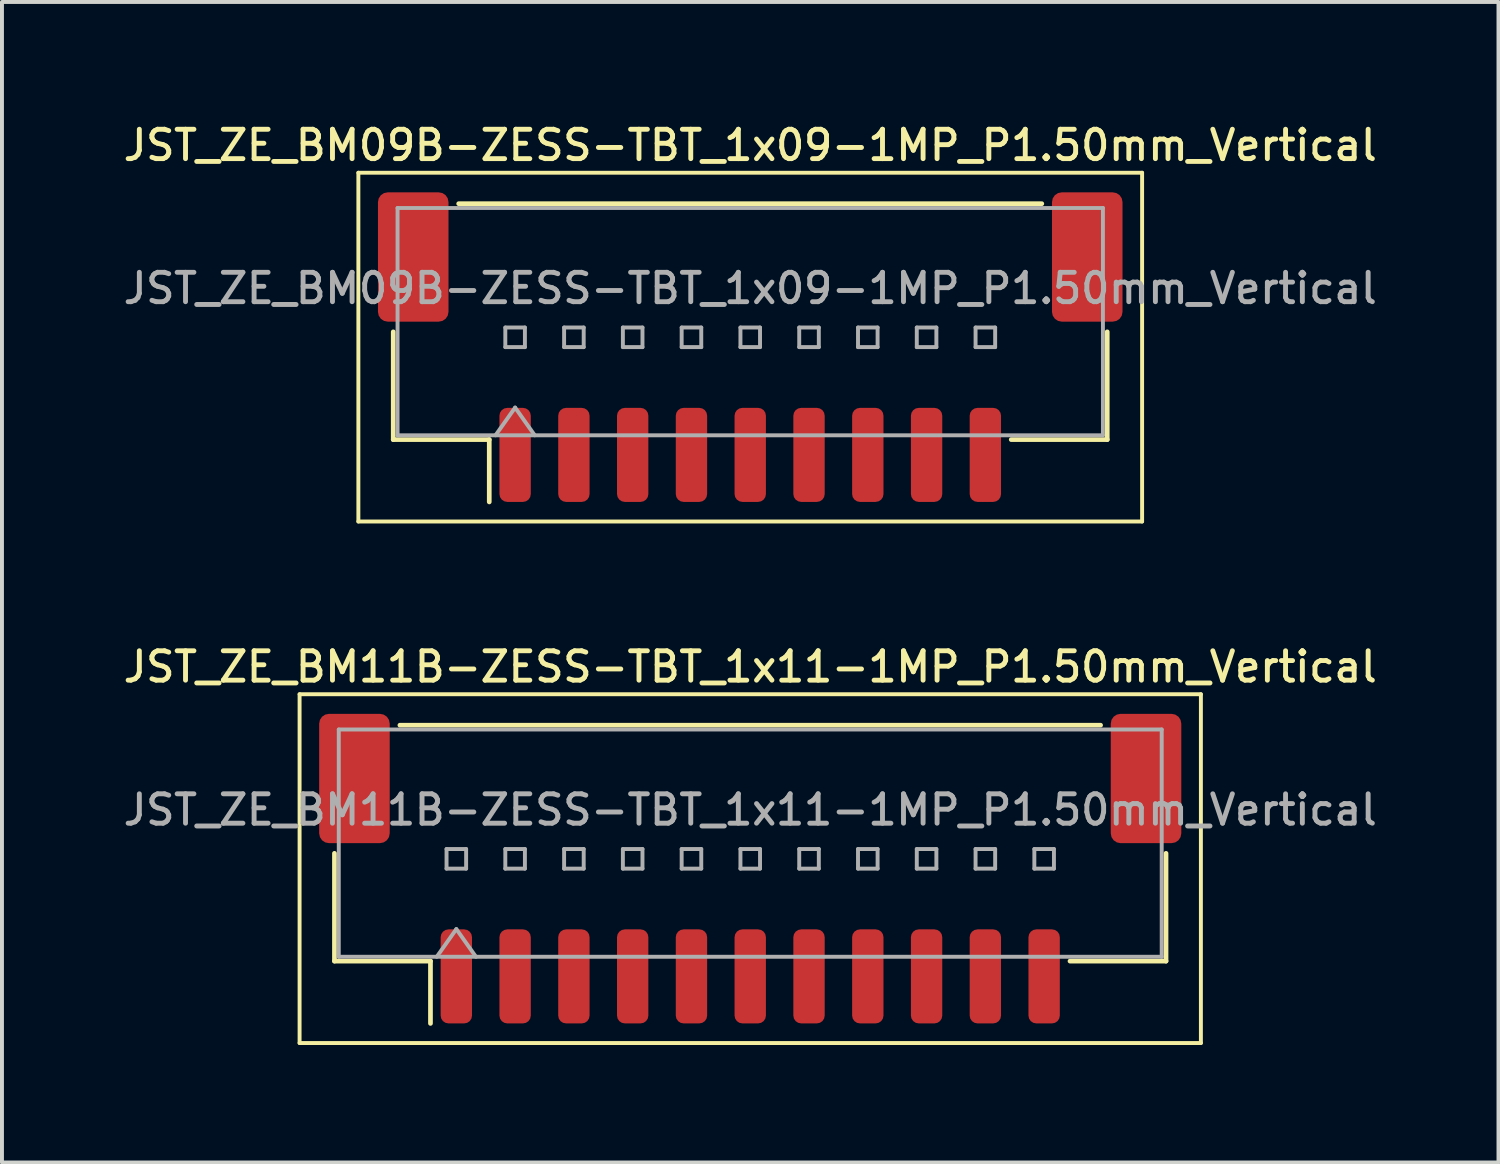
<source format=kicad_pcb>
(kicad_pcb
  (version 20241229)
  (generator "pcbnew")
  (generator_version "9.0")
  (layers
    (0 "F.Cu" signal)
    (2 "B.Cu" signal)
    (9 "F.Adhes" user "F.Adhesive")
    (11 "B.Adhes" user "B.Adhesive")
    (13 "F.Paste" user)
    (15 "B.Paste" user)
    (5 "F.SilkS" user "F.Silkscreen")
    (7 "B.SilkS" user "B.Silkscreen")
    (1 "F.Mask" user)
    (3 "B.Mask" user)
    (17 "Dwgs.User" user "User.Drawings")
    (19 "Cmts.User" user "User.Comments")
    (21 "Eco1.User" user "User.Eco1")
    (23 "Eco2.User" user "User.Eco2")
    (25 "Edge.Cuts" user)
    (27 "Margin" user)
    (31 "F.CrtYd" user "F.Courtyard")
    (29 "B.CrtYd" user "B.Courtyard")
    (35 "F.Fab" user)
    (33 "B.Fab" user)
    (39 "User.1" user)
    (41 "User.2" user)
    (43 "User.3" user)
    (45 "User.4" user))
  (footprint "JST_ZE_BM09B-ZESS-TBT_1x09-1MP_P1.50mm_Vertical"
    (layer "F.Cu")
    (at 16.095 5.808)
    (property "Reference" "JST_ZE_BM09B-ZESS-TBT_1x09-1MP_P1.50mm_Vertical" (at 0 -5.15 0) (layer "F.SilkS") (effects (font (size 0.75 0.75) (thickness 0.125))))
    (attr smd)
    (fp_line (start -10 -4.45) (end -10 4.45) (stroke (width 0.1) (type solid)) (layer "F.SilkS"))
    (fp_line (start -10 4.45) (end 10 4.45) (stroke (width 0.1) (type solid)) (layer "F.SilkS"))
    (fp_line (start -9.11 -0.39) (end -9.11 2.36) (stroke (width 0.12) (type solid)) (layer "F.SilkS"))
    (fp_line (start -9.11 2.36) (end -6.66 2.36) (stroke (width 0.12) (type solid)) (layer "F.SilkS"))
    (fp_line (start -7.44 -3.66) (end 7.44 -3.66) (stroke (width 0.12) (type solid)) (layer "F.SilkS"))
    (fp_line (start -6.66 2.36) (end -6.66 3.95) (stroke (width 0.12) (type solid)) (layer "F.SilkS"))
    (fp_line (start 9.11 -0.39) (end 9.11 2.36) (stroke (width 0.12) (type solid)) (layer "F.SilkS"))
    (fp_line (start 9.11 2.36) (end 6.66 2.36) (stroke (width 0.12) (type solid)) (layer "F.SilkS"))
    (fp_line (start 10 -4.45) (end -10 -4.45) (stroke (width 0.1) (type solid)) (layer "F.SilkS"))
    (fp_line (start 10 4.45) (end 10 -4.45) (stroke (width 0.1) (type solid)) (layer "F.SilkS"))
    (fp_line (start -9 -3.55) (end 9 -3.55) (stroke (width 0.1) (type solid)) (layer "F.Fab"))
    (fp_line (start -9 2.25) (end -9 -3.55) (stroke (width 0.1) (type solid)) (layer "F.Fab"))
    (fp_line (start -9 2.25) (end 9 2.25) (stroke (width 0.1) (type solid)) (layer "F.Fab"))
    (fp_line (start -6.5 2.25) (end -6 1.543) (stroke (width 0.1) (type solid)) (layer "F.Fab"))
    (fp_line (start -6.25 -0.5) (end -6.25 0) (stroke (width 0.1) (type solid)) (layer "F.Fab"))
    (fp_line (start -6.25 0) (end -5.75 0) (stroke (width 0.1) (type solid)) (layer "F.Fab"))
    (fp_line (start -6 1.543) (end -5.5 2.25) (stroke (width 0.1) (type solid)) (layer "F.Fab"))
    (fp_line (start -5.75 -0.5) (end -6.25 -0.5) (stroke (width 0.1) (type solid)) (layer "F.Fab"))
    (fp_line (start -5.75 0) (end -5.75 -0.5) (stroke (width 0.1) (type solid)) (layer "F.Fab"))
    (fp_line (start -4.75 -0.5) (end -4.75 0) (stroke (width 0.1) (type solid)) (layer "F.Fab"))
    (fp_line (start -4.75 0) (end -4.25 0) (stroke (width 0.1) (type solid)) (layer "F.Fab"))
    (fp_line (start -4.25 -0.5) (end -4.75 -0.5) (stroke (width 0.1) (type solid)) (layer "F.Fab"))
    (fp_line (start -4.25 0) (end -4.25 -0.5) (stroke (width 0.1) (type solid)) (layer "F.Fab"))
    (fp_line (start -3.25 -0.5) (end -3.25 0) (stroke (width 0.1) (type solid)) (layer "F.Fab"))
    (fp_line (start -3.25 0) (end -2.75 0) (stroke (width 0.1) (type solid)) (layer "F.Fab"))
    (fp_line (start -2.75 -0.5) (end -3.25 -0.5) (stroke (width 0.1) (type solid)) (layer "F.Fab"))
    (fp_line (start -2.75 0) (end -2.75 -0.5) (stroke (width 0.1) (type solid)) (layer "F.Fab"))
    (fp_line (start -1.75 -0.5) (end -1.75 0) (stroke (width 0.1) (type solid)) (layer "F.Fab"))
    (fp_line (start -1.75 0) (end -1.25 0) (stroke (width 0.1) (type solid)) (layer "F.Fab"))
    (fp_line (start -1.25 -0.5) (end -1.75 -0.5) (stroke (width 0.1) (type solid)) (layer "F.Fab"))
    (fp_line (start -1.25 0) (end -1.25 -0.5) (stroke (width 0.1) (type solid)) (layer "F.Fab"))
    (fp_line (start -0.25 -0.5) (end -0.25 0) (stroke (width 0.1) (type solid)) (layer "F.Fab"))
    (fp_line (start -0.25 0) (end 0.25 0) (stroke (width 0.1) (type solid)) (layer "F.Fab"))
    (fp_line (start 0.25 -0.5) (end -0.25 -0.5) (stroke (width 0.1) (type solid)) (layer "F.Fab"))
    (fp_line (start 0.25 0) (end 0.25 -0.5) (stroke (width 0.1) (type solid)) (layer "F.Fab"))
    (fp_line (start 1.25 -0.5) (end 1.25 0) (stroke (width 0.1) (type solid)) (layer "F.Fab"))
    (fp_line (start 1.25 0) (end 1.75 0) (stroke (width 0.1) (type solid)) (layer "F.Fab"))
    (fp_line (start 1.75 -0.5) (end 1.25 -0.5) (stroke (width 0.1) (type solid)) (layer "F.Fab"))
    (fp_line (start 1.75 0) (end 1.75 -0.5) (stroke (width 0.1) (type solid)) (layer "F.Fab"))
    (fp_line (start 2.75 -0.5) (end 2.75 0) (stroke (width 0.1) (type solid)) (layer "F.Fab"))
    (fp_line (start 2.75 0) (end 3.25 0) (stroke (width 0.1) (type solid)) (layer "F.Fab"))
    (fp_line (start 3.25 -0.5) (end 2.75 -0.5) (stroke (width 0.1) (type solid)) (layer "F.Fab"))
    (fp_line (start 3.25 0) (end 3.25 -0.5) (stroke (width 0.1) (type solid)) (layer "F.Fab"))
    (fp_line (start 4.25 -0.5) (end 4.25 0) (stroke (width 0.1) (type solid)) (layer "F.Fab"))
    (fp_line (start 4.25 0) (end 4.75 0) (stroke (width 0.1) (type solid)) (layer "F.Fab"))
    (fp_line (start 4.75 -0.5) (end 4.25 -0.5) (stroke (width 0.1) (type solid)) (layer "F.Fab"))
    (fp_line (start 4.75 0) (end 4.75 -0.5) (stroke (width 0.1) (type solid)) (layer "F.Fab"))
    (fp_line (start 5.75 -0.5) (end 5.75 0) (stroke (width 0.1) (type solid)) (layer "F.Fab"))
    (fp_line (start 5.75 0) (end 6.25 0) (stroke (width 0.1) (type solid)) (layer "F.Fab"))
    (fp_line (start 6.25 -0.5) (end 5.75 -0.5) (stroke (width 0.1) (type solid)) (layer "F.Fab"))
    (fp_line (start 6.25 0) (end 6.25 -0.5) (stroke (width 0.1) (type solid)) (layer "F.Fab"))
    (fp_line (start 9 2.25) (end 9 -3.55) (stroke (width 0.1) (type solid)) (layer "F.Fab"))
    (fp_text user "${REFERENCE}" (at 0 -1.5 0) (layer "F.Fab") (effects (font (size 0.75 0.75) (thickness 0.125))))
    (pad "1" smd roundrect (at -6 2.75) (size 0.8 2.4) (layers "F.Cu" "F.Mask" "F.Paste") (roundrect_rratio 0.25))
    (pad "2" smd roundrect (at -4.5 2.75) (size 0.8 2.4) (layers "F.Cu" "F.Mask" "F.Paste") (roundrect_rratio 0.25))
    (pad "3" smd roundrect (at -3 2.75) (size 0.8 2.4) (layers "F.Cu" "F.Mask" "F.Paste") (roundrect_rratio 0.25))
    (pad "4" smd roundrect (at -1.5 2.75) (size 0.8 2.4) (layers "F.Cu" "F.Mask" "F.Paste") (roundrect_rratio 0.25))
    (pad "5" smd roundrect (at 0 2.75) (size 0.8 2.4) (layers "F.Cu" "F.Mask" "F.Paste") (roundrect_rratio 0.25))
    (pad "6" smd roundrect (at 1.5 2.75) (size 0.8 2.4) (layers "F.Cu" "F.Mask" "F.Paste") (roundrect_rratio 0.25))
    (pad "7" smd roundrect (at 3 2.75) (size 0.8 2.4) (layers "F.Cu" "F.Mask" "F.Paste") (roundrect_rratio 0.25))
    (pad "8" smd roundrect (at 4.5 2.75) (size 0.8 2.4) (layers "F.Cu" "F.Mask" "F.Paste") (roundrect_rratio 0.25))
    (pad "9" smd roundrect (at 6 2.75) (size 0.8 2.4) (layers "F.Cu" "F.Mask" "F.Paste") (roundrect_rratio 0.25))
    (pad "MP" smd roundrect (at -8.6 -2.3) (size 1.8 3.3) (layers "F.Cu" "F.Mask" "F.Paste") (roundrect_rratio 0.139))
    (pad "MP" smd roundrect (at 8.6 -2.3) (size 1.8 3.3) (layers "F.Cu" "F.Mask" "F.Paste") (roundrect_rratio 0.139)))
  (footprint "JST_ZE_BM11B-ZESS-TBT_1x11-1MP_P1.50mm_Vertical"
    (layer "F.Cu")
    (at 16.095 19.116)
    (property "Reference" "JST_ZE_BM11B-ZESS-TBT_1x11-1MP_P1.50mm_Vertical" (at 0 -5.15 0) (layer "F.SilkS") (effects (font (size 0.75 0.75) (thickness 0.125))))
    (attr smd)
    (fp_line (start -11.5 -4.45) (end -11.5 4.45) (stroke (width 0.1) (type solid)) (layer "F.SilkS"))
    (fp_line (start -11.5 4.45) (end 11.5 4.45) (stroke (width 0.1) (type solid)) (layer "F.SilkS"))
    (fp_line (start -10.61 -0.39) (end -10.61 2.36) (stroke (width 0.12) (type solid)) (layer "F.SilkS"))
    (fp_line (start -10.61 2.36) (end -8.16 2.36) (stroke (width 0.12) (type solid)) (layer "F.SilkS"))
    (fp_line (start -8.94 -3.66) (end 8.94 -3.66) (stroke (width 0.12) (type solid)) (layer "F.SilkS"))
    (fp_line (start -8.16 2.36) (end -8.16 3.95) (stroke (width 0.12) (type solid)) (layer "F.SilkS"))
    (fp_line (start 10.61 -0.39) (end 10.61 2.36) (stroke (width 0.12) (type solid)) (layer "F.SilkS"))
    (fp_line (start 10.61 2.36) (end 8.16 2.36) (stroke (width 0.12) (type solid)) (layer "F.SilkS"))
    (fp_line (start 11.5 -4.45) (end -11.5 -4.45) (stroke (width 0.1) (type solid)) (layer "F.SilkS"))
    (fp_line (start 11.5 4.45) (end 11.5 -4.45) (stroke (width 0.1) (type solid)) (layer "F.SilkS"))
    (fp_line (start -10.5 -3.55) (end 10.5 -3.55) (stroke (width 0.1) (type solid)) (layer "F.Fab"))
    (fp_line (start -10.5 2.25) (end -10.5 -3.55) (stroke (width 0.1) (type solid)) (layer "F.Fab"))
    (fp_line (start -10.5 2.25) (end 10.5 2.25) (stroke (width 0.1) (type solid)) (layer "F.Fab"))
    (fp_line (start -8 2.25) (end -7.5 1.543) (stroke (width 0.1) (type solid)) (layer "F.Fab"))
    (fp_line (start -7.75 -0.5) (end -7.75 0) (stroke (width 0.1) (type solid)) (layer "F.Fab"))
    (fp_line (start -7.75 0) (end -7.25 0) (stroke (width 0.1) (type solid)) (layer "F.Fab"))
    (fp_line (start -7.5 1.543) (end -7 2.25) (stroke (width 0.1) (type solid)) (layer "F.Fab"))
    (fp_line (start -7.25 -0.5) (end -7.75 -0.5) (stroke (width 0.1) (type solid)) (layer "F.Fab"))
    (fp_line (start -7.25 0) (end -7.25 -0.5) (stroke (width 0.1) (type solid)) (layer "F.Fab"))
    (fp_line (start -6.25 -0.5) (end -6.25 0) (stroke (width 0.1) (type solid)) (layer "F.Fab"))
    (fp_line (start -6.25 0) (end -5.75 0) (stroke (width 0.1) (type solid)) (layer "F.Fab"))
    (fp_line (start -5.75 -0.5) (end -6.25 -0.5) (stroke (width 0.1) (type solid)) (layer "F.Fab"))
    (fp_line (start -5.75 0) (end -5.75 -0.5) (stroke (width 0.1) (type solid)) (layer "F.Fab"))
    (fp_line (start -4.75 -0.5) (end -4.75 0) (stroke (width 0.1) (type solid)) (layer "F.Fab"))
    (fp_line (start -4.75 0) (end -4.25 0) (stroke (width 0.1) (type solid)) (layer "F.Fab"))
    (fp_line (start -4.25 -0.5) (end -4.75 -0.5) (stroke (width 0.1) (type solid)) (layer "F.Fab"))
    (fp_line (start -4.25 0) (end -4.25 -0.5) (stroke (width 0.1) (type solid)) (layer "F.Fab"))
    (fp_line (start -3.25 -0.5) (end -3.25 0) (stroke (width 0.1) (type solid)) (layer "F.Fab"))
    (fp_line (start -3.25 0) (end -2.75 0) (stroke (width 0.1) (type solid)) (layer "F.Fab"))
    (fp_line (start -2.75 -0.5) (end -3.25 -0.5) (stroke (width 0.1) (type solid)) (layer "F.Fab"))
    (fp_line (start -2.75 0) (end -2.75 -0.5) (stroke (width 0.1) (type solid)) (layer "F.Fab"))
    (fp_line (start -1.75 -0.5) (end -1.75 0) (stroke (width 0.1) (type solid)) (layer "F.Fab"))
    (fp_line (start -1.75 0) (end -1.25 0) (stroke (width 0.1) (type solid)) (layer "F.Fab"))
    (fp_line (start -1.25 -0.5) (end -1.75 -0.5) (stroke (width 0.1) (type solid)) (layer "F.Fab"))
    (fp_line (start -1.25 0) (end -1.25 -0.5) (stroke (width 0.1) (type solid)) (layer "F.Fab"))
    (fp_line (start -0.25 -0.5) (end -0.25 0) (stroke (width 0.1) (type solid)) (layer "F.Fab"))
    (fp_line (start -0.25 0) (end 0.25 0) (stroke (width 0.1) (type solid)) (layer "F.Fab"))
    (fp_line (start 0.25 -0.5) (end -0.25 -0.5) (stroke (width 0.1) (type solid)) (layer "F.Fab"))
    (fp_line (start 0.25 0) (end 0.25 -0.5) (stroke (width 0.1) (type solid)) (layer "F.Fab"))
    (fp_line (start 1.25 -0.5) (end 1.25 0) (stroke (width 0.1) (type solid)) (layer "F.Fab"))
    (fp_line (start 1.25 0) (end 1.75 0) (stroke (width 0.1) (type solid)) (layer "F.Fab"))
    (fp_line (start 1.75 -0.5) (end 1.25 -0.5) (stroke (width 0.1) (type solid)) (layer "F.Fab"))
    (fp_line (start 1.75 0) (end 1.75 -0.5) (stroke (width 0.1) (type solid)) (layer "F.Fab"))
    (fp_line (start 2.75 -0.5) (end 2.75 0) (stroke (width 0.1) (type solid)) (layer "F.Fab"))
    (fp_line (start 2.75 0) (end 3.25 0) (stroke (width 0.1) (type solid)) (layer "F.Fab"))
    (fp_line (start 3.25 -0.5) (end 2.75 -0.5) (stroke (width 0.1) (type solid)) (layer "F.Fab"))
    (fp_line (start 3.25 0) (end 3.25 -0.5) (stroke (width 0.1) (type solid)) (layer "F.Fab"))
    (fp_line (start 4.25 -0.5) (end 4.25 0) (stroke (width 0.1) (type solid)) (layer "F.Fab"))
    (fp_line (start 4.25 0) (end 4.75 0) (stroke (width 0.1) (type solid)) (layer "F.Fab"))
    (fp_line (start 4.75 -0.5) (end 4.25 -0.5) (stroke (width 0.1) (type solid)) (layer "F.Fab"))
    (fp_line (start 4.75 0) (end 4.75 -0.5) (stroke (width 0.1) (type solid)) (layer "F.Fab"))
    (fp_line (start 5.75 -0.5) (end 5.75 0) (stroke (width 0.1) (type solid)) (layer "F.Fab"))
    (fp_line (start 5.75 0) (end 6.25 0) (stroke (width 0.1) (type solid)) (layer "F.Fab"))
    (fp_line (start 6.25 -0.5) (end 5.75 -0.5) (stroke (width 0.1) (type solid)) (layer "F.Fab"))
    (fp_line (start 6.25 0) (end 6.25 -0.5) (stroke (width 0.1) (type solid)) (layer "F.Fab"))
    (fp_line (start 7.25 -0.5) (end 7.25 0) (stroke (width 0.1) (type solid)) (layer "F.Fab"))
    (fp_line (start 7.25 0) (end 7.75 0) (stroke (width 0.1) (type solid)) (layer "F.Fab"))
    (fp_line (start 7.75 -0.5) (end 7.25 -0.5) (stroke (width 0.1) (type solid)) (layer "F.Fab"))
    (fp_line (start 7.75 0) (end 7.75 -0.5) (stroke (width 0.1) (type solid)) (layer "F.Fab"))
    (fp_line (start 10.5 2.25) (end 10.5 -3.55) (stroke (width 0.1) (type solid)) (layer "F.Fab"))
    (fp_text user "${REFERENCE}" (at 0 -1.5 0) (layer "F.Fab") (effects (font (size 0.75 0.75) (thickness 0.125))))
    (pad "1" smd roundrect (at -7.5 2.75) (size 0.8 2.4) (layers "F.Cu" "F.Mask" "F.Paste") (roundrect_rratio 0.25))
    (pad "2" smd roundrect (at -6 2.75) (size 0.8 2.4) (layers "F.Cu" "F.Mask" "F.Paste") (roundrect_rratio 0.25))
    (pad "3" smd roundrect (at -4.5 2.75) (size 0.8 2.4) (layers "F.Cu" "F.Mask" "F.Paste") (roundrect_rratio 0.25))
    (pad "4" smd roundrect (at -3 2.75) (size 0.8 2.4) (layers "F.Cu" "F.Mask" "F.Paste") (roundrect_rratio 0.25))
    (pad "5" smd roundrect (at -1.5 2.75) (size 0.8 2.4) (layers "F.Cu" "F.Mask" "F.Paste") (roundrect_rratio 0.25))
    (pad "6" smd roundrect (at 0 2.75) (size 0.8 2.4) (layers "F.Cu" "F.Mask" "F.Paste") (roundrect_rratio 0.25))
    (pad "7" smd roundrect (at 1.5 2.75) (size 0.8 2.4) (layers "F.Cu" "F.Mask" "F.Paste") (roundrect_rratio 0.25))
    (pad "8" smd roundrect (at 3 2.75) (size 0.8 2.4) (layers "F.Cu" "F.Mask" "F.Paste") (roundrect_rratio 0.25))
    (pad "9" smd roundrect (at 4.5 2.75) (size 0.8 2.4) (layers "F.Cu" "F.Mask" "F.Paste") (roundrect_rratio 0.25))
    (pad "10" smd roundrect (at 6 2.75) (size 0.8 2.4) (layers "F.Cu" "F.Mask" "F.Paste") (roundrect_rratio 0.25))
    (pad "11" smd roundrect (at 7.5 2.75) (size 0.8 2.4) (layers "F.Cu" "F.Mask" "F.Paste") (roundrect_rratio 0.25))
    (pad "MP" smd roundrect (at -10.1 -2.3) (size 1.8 3.3) (layers "F.Cu" "F.Mask" "F.Paste") (roundrect_rratio 0.139))
    (pad "MP" smd roundrect (at 10.1 -2.3) (size 1.8 3.3) (layers "F.Cu" "F.Mask" "F.Paste") (roundrect_rratio 0.139)))
  (gr_rect
    (start -3 -3)
    (end 35.189 26.616)
    (stroke (width 0.1) (type default))
    (fill no)
    (layer "Edge.Cuts")))
</source>
